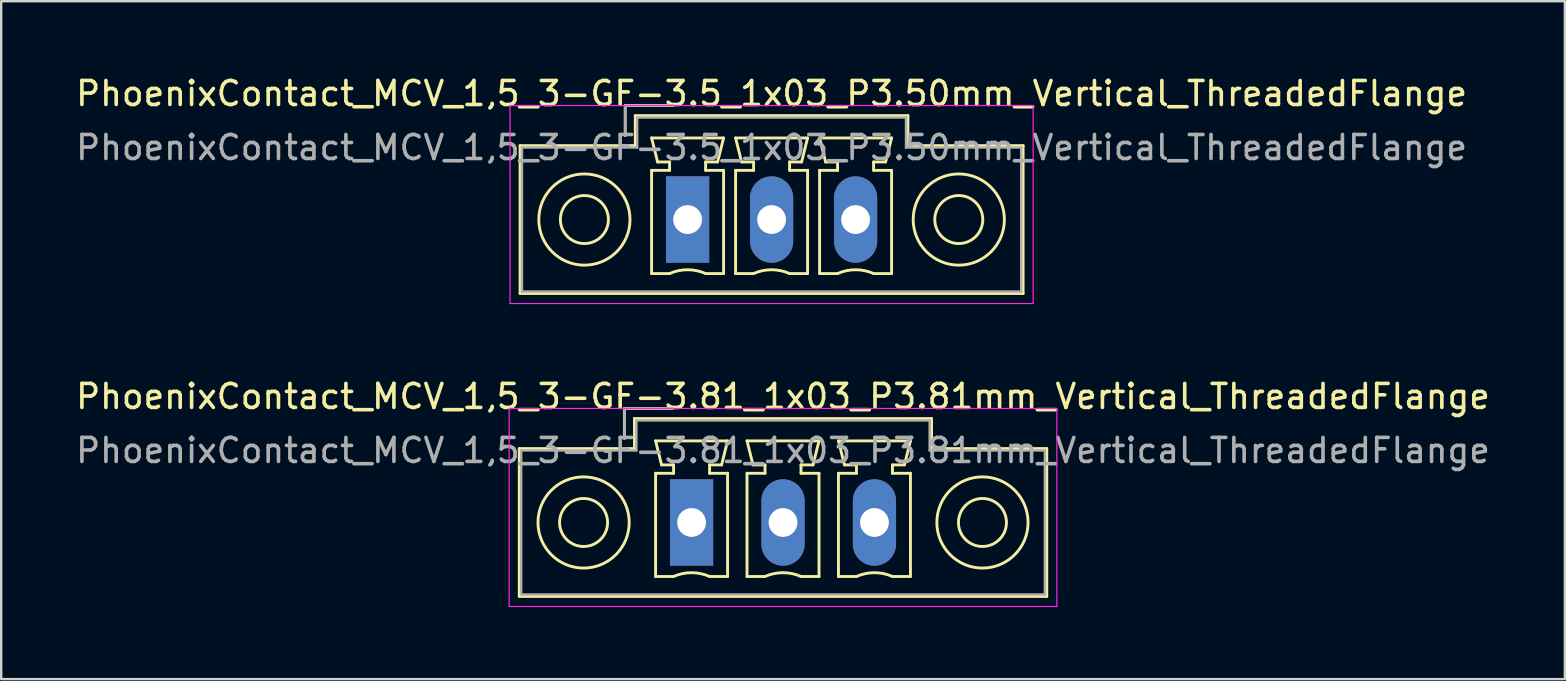
<source format=kicad_pcb>
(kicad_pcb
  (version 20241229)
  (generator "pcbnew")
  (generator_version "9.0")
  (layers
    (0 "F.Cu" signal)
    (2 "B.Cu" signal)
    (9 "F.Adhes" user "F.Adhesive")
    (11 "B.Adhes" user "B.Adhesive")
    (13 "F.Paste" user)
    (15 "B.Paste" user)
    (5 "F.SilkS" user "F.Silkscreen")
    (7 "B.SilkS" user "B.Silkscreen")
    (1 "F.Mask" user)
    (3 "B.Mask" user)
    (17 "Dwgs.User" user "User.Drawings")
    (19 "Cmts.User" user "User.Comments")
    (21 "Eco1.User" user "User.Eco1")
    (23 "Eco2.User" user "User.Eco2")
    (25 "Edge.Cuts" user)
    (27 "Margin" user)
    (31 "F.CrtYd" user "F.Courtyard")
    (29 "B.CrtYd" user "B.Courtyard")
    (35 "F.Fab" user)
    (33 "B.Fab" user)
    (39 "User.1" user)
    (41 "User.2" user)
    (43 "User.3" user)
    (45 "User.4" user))
  (footprint "PhoenixContact_MCV_1,5_3-GF-3.81_1x03_P3.81mm_Vertical_ThreadedFlange"
    (layer "F.Cu")
    (at 25.767 18.721)
    (property "Reference" "PhoenixContact_MCV_1,5_3-GF-3.81_1x03_P3.81mm_Vertical_ThreadedFlange" (at 3.81 -5.25 0) (layer "F.SilkS") (effects (font (size 1 1) (thickness 0.15))))
    (attr through_hole)
    (fp_line (start -7.18 -3.08) (end -7.18 3.08) (stroke (width 0.12) (type solid)) (layer "F.SilkS"))
    (fp_line (start -7.18 3.08) (end 14.8 3.08) (stroke (width 0.12) (type solid)) (layer "F.SilkS"))
    (fp_line (start -2.8 -4.75) (end -0.8 -4.75) (stroke (width 0.12) (type solid)) (layer "F.SilkS"))
    (fp_line (start -2.8 -3.5) (end -2.8 -4.75) (stroke (width 0.12) (type solid)) (layer "F.SilkS"))
    (fp_line (start -2.38 -4.33) (end -2.38 -3.08) (stroke (width 0.12) (type solid)) (layer "F.SilkS"))
    (fp_line (start -2.38 -3.08) (end -7.18 -3.08) (stroke (width 0.12) (type solid)) (layer "F.SilkS"))
    (fp_line (start -1.5 -3.4) (end 1.5 -3.4) (stroke (width 0.12) (type solid)) (layer "F.SilkS"))
    (fp_line (start -1.5 -2.05) (end -0.75 -2.05) (stroke (width 0.12) (type solid)) (layer "F.SilkS"))
    (fp_line (start -1.5 2.25) (end -1.5 -2.05) (stroke (width 0.12) (type solid)) (layer "F.SilkS"))
    (fp_line (start -1.25 -2.4) (end -1.5 -3.4) (stroke (width 0.12) (type solid)) (layer "F.SilkS"))
    (fp_line (start -0.75 -2.4) (end -1.25 -2.4) (stroke (width 0.12) (type solid)) (layer "F.SilkS"))
    (fp_line (start -0.75 -2.05) (end -0.75 -2.4) (stroke (width 0.12) (type solid)) (layer "F.SilkS"))
    (fp_line (start -0.75 2.25) (end -1.5 2.25) (stroke (width 0.12) (type solid)) (layer "F.SilkS"))
    (fp_line (start 0.75 -2.4) (end 0.75 -2.05) (stroke (width 0.12) (type solid)) (layer "F.SilkS"))
    (fp_line (start 0.75 -2.05) (end 1.5 -2.05) (stroke (width 0.12) (type solid)) (layer "F.SilkS"))
    (fp_line (start 1.25 -2.4) (end 0.75 -2.4) (stroke (width 0.12) (type solid)) (layer "F.SilkS"))
    (fp_line (start 1.5 -3.4) (end 1.25 -2.4) (stroke (width 0.12) (type solid)) (layer "F.SilkS"))
    (fp_line (start 1.5 -2.05) (end 1.5 2.25) (stroke (width 0.12) (type solid)) (layer "F.SilkS"))
    (fp_line (start 1.5 2.25) (end 0.75 2.25) (stroke (width 0.12) (type solid)) (layer "F.SilkS"))
    (fp_line (start 2.31 -3.4) (end 5.31 -3.4) (stroke (width 0.12) (type solid)) (layer "F.SilkS"))
    (fp_line (start 2.31 -2.05) (end 3.06 -2.05) (stroke (width 0.12) (type solid)) (layer "F.SilkS"))
    (fp_line (start 2.31 2.25) (end 2.31 -2.05) (stroke (width 0.12) (type solid)) (layer "F.SilkS"))
    (fp_line (start 2.56 -2.4) (end 2.31 -3.4) (stroke (width 0.12) (type solid)) (layer "F.SilkS"))
    (fp_line (start 3.06 -2.4) (end 2.56 -2.4) (stroke (width 0.12) (type solid)) (layer "F.SilkS"))
    (fp_line (start 3.06 -2.05) (end 3.06 -2.4) (stroke (width 0.12) (type solid)) (layer "F.SilkS"))
    (fp_line (start 3.06 2.25) (end 2.31 2.25) (stroke (width 0.12) (type solid)) (layer "F.SilkS"))
    (fp_line (start 4.56 -2.4) (end 4.56 -2.05) (stroke (width 0.12) (type solid)) (layer "F.SilkS"))
    (fp_line (start 4.56 -2.05) (end 5.31 -2.05) (stroke (width 0.12) (type solid)) (layer "F.SilkS"))
    (fp_line (start 5.06 -2.4) (end 4.56 -2.4) (stroke (width 0.12) (type solid)) (layer "F.SilkS"))
    (fp_line (start 5.31 -3.4) (end 5.06 -2.4) (stroke (width 0.12) (type solid)) (layer "F.SilkS"))
    (fp_line (start 5.31 -2.05) (end 5.31 2.25) (stroke (width 0.12) (type solid)) (layer "F.SilkS"))
    (fp_line (start 5.31 2.25) (end 4.56 2.25) (stroke (width 0.12) (type solid)) (layer "F.SilkS"))
    (fp_line (start 6.12 -3.4) (end 9.12 -3.4) (stroke (width 0.12) (type solid)) (layer "F.SilkS"))
    (fp_line (start 6.12 -2.05) (end 6.87 -2.05) (stroke (width 0.12) (type solid)) (layer "F.SilkS"))
    (fp_line (start 6.12 2.25) (end 6.12 -2.05) (stroke (width 0.12) (type solid)) (layer "F.SilkS"))
    (fp_line (start 6.37 -2.4) (end 6.12 -3.4) (stroke (width 0.12) (type solid)) (layer "F.SilkS"))
    (fp_line (start 6.87 -2.4) (end 6.37 -2.4) (stroke (width 0.12) (type solid)) (layer "F.SilkS"))
    (fp_line (start 6.87 -2.05) (end 6.87 -2.4) (stroke (width 0.12) (type solid)) (layer "F.SilkS"))
    (fp_line (start 6.87 2.25) (end 6.12 2.25) (stroke (width 0.12) (type solid)) (layer "F.SilkS"))
    (fp_line (start 8.37 -2.4) (end 8.37 -2.05) (stroke (width 0.12) (type solid)) (layer "F.SilkS"))
    (fp_line (start 8.37 -2.05) (end 9.12 -2.05) (stroke (width 0.12) (type solid)) (layer "F.SilkS"))
    (fp_line (start 8.87 -2.4) (end 8.37 -2.4) (stroke (width 0.12) (type solid)) (layer "F.SilkS"))
    (fp_line (start 9.12 -3.4) (end 8.87 -2.4) (stroke (width 0.12) (type solid)) (layer "F.SilkS"))
    (fp_line (start 9.12 -2.05) (end 9.12 2.25) (stroke (width 0.12) (type solid)) (layer "F.SilkS"))
    (fp_line (start 9.12 2.25) (end 8.37 2.25) (stroke (width 0.12) (type solid)) (layer "F.SilkS"))
    (fp_line (start 10 -4.33) (end -2.38 -4.33) (stroke (width 0.12) (type solid)) (layer "F.SilkS"))
    (fp_line (start 10 -3.08) (end 10 -4.33) (stroke (width 0.12) (type solid)) (layer "F.SilkS"))
    (fp_line (start 14.8 -3.08) (end 10 -3.08) (stroke (width 0.12) (type solid)) (layer "F.SilkS"))
    (fp_line (start 14.8 3.08) (end 14.8 -3.08) (stroke (width 0.12) (type solid)) (layer "F.SilkS"))
    (fp_arc (start -0.75 2.25) (mid -0.000193 2.09191) (end 0.749647 2.249844) (stroke (width 0.12) (type solid)) (layer "F.SilkS"))
    (fp_arc (start 3.06 2.25) (mid 3.809807 2.09191) (end 4.559647 2.249844) (stroke (width 0.12) (type solid)) (layer "F.SilkS"))
    (fp_arc (start 6.87 2.25) (mid 7.619807 2.09191) (end 8.369647 2.249844) (stroke (width 0.12) (type solid)) (layer "F.SilkS"))
    (fp_circle (center -4.5 0) (end -3.5 0) (stroke (width 0.12) (type solid)) (fill no) (layer "F.SilkS"))
    (fp_circle (center -4.5 0) (end -2.6 0) (stroke (width 0.12) (type solid)) (fill no) (layer "F.SilkS"))
    (fp_circle (center 12.12 0) (end 13.12 0) (stroke (width 0.12) (type solid)) (fill no) (layer "F.SilkS"))
    (fp_circle (center 12.12 0) (end 14.02 0) (stroke (width 0.12) (type solid)) (fill no) (layer "F.SilkS"))
    (fp_line (start -7.6 -4.75) (end -7.6 3.5) (stroke (width 0.05) (type solid)) (layer "F.CrtYd"))
    (fp_line (start -7.6 3.5) (end 15.22 3.5) (stroke (width 0.05) (type solid)) (layer "F.CrtYd"))
    (fp_line (start 15.22 -4.75) (end -7.6 -4.75) (stroke (width 0.05) (type solid)) (layer "F.CrtYd"))
    (fp_line (start 15.22 3.5) (end 15.22 -4.75) (stroke (width 0.05) (type solid)) (layer "F.CrtYd"))
    (fp_line (start -7.1 -3) (end -7.1 3) (stroke (width 0.1) (type solid)) (layer "F.Fab"))
    (fp_line (start -7.1 3) (end 14.72 3) (stroke (width 0.1) (type solid)) (layer "F.Fab"))
    (fp_line (start -2.8 -4.75) (end -0.8 -4.75) (stroke (width 0.1) (type solid)) (layer "F.Fab"))
    (fp_line (start -2.8 -3.5) (end -2.8 -4.75) (stroke (width 0.1) (type solid)) (layer "F.Fab"))
    (fp_line (start -2.3 -4.25) (end -2.3 -3) (stroke (width 0.1) (type solid)) (layer "F.Fab"))
    (fp_line (start -2.3 -3) (end -7.1 -3) (stroke (width 0.1) (type solid)) (layer "F.Fab"))
    (fp_line (start 9.92 -4.25) (end -2.3 -4.25) (stroke (width 0.1) (type solid)) (layer "F.Fab"))
    (fp_line (start 9.92 -3) (end 9.92 -4.25) (stroke (width 0.1) (type solid)) (layer "F.Fab"))
    (fp_line (start 14.72 -3) (end 9.92 -3) (stroke (width 0.1) (type solid)) (layer "F.Fab"))
    (fp_line (start 14.72 3) (end 14.72 -3) (stroke (width 0.1) (type solid)) (layer "F.Fab"))
    (fp_text user "${REFERENCE}" (at 3.81 -3 0) (layer "F.Fab") (effects (font (size 1 1) (thickness 0.15))))
    (pad "1" thru_hole rect (at 0 0) (size 1.8 3.6) (drill 1.2) (layers "*.Cu" "*.Mask"))
    (pad "2" thru_hole oval (at 3.81 0) (size 1.8 3.6) (drill 1.2) (layers "*.Cu" "*.Mask"))
    (pad "3" thru_hole oval (at 7.62 0) (size 1.8 3.6) (drill 1.2) (layers "*.Cu" "*.Mask")))
  (footprint "PhoenixContact_MCV_1,5_3-GF-3.5_1x03_P3.50mm_Vertical_ThreadedFlange"
    (layer "F.Cu")
    (at 25.601 6.098)
    (property "Reference" "PhoenixContact_MCV_1,5_3-GF-3.5_1x03_P3.50mm_Vertical_ThreadedFlange" (at 3.5 -5.25 0) (layer "F.SilkS") (effects (font (size 1 1) (thickness 0.15))))
    (attr through_hole)
    (fp_line (start -6.98 -3.08) (end -6.98 3.08) (stroke (width 0.12) (type solid)) (layer "F.SilkS"))
    (fp_line (start -6.98 3.08) (end 13.98 3.08) (stroke (width 0.12) (type solid)) (layer "F.SilkS"))
    (fp_line (start -2.6 -4.75) (end -0.6 -4.75) (stroke (width 0.12) (type solid)) (layer "F.SilkS"))
    (fp_line (start -2.6 -3.5) (end -2.6 -4.75) (stroke (width 0.12) (type solid)) (layer "F.SilkS"))
    (fp_line (start -2.18 -4.33) (end -2.18 -3.08) (stroke (width 0.12) (type solid)) (layer "F.SilkS"))
    (fp_line (start -2.18 -3.08) (end -6.98 -3.08) (stroke (width 0.12) (type solid)) (layer "F.SilkS"))
    (fp_line (start -1.5 -3.4) (end 1.5 -3.4) (stroke (width 0.12) (type solid)) (layer "F.SilkS"))
    (fp_line (start -1.5 -2.05) (end -0.75 -2.05) (stroke (width 0.12) (type solid)) (layer "F.SilkS"))
    (fp_line (start -1.5 2.25) (end -1.5 -2.05) (stroke (width 0.12) (type solid)) (layer "F.SilkS"))
    (fp_line (start -1.25 -2.4) (end -1.5 -3.4) (stroke (width 0.12) (type solid)) (layer "F.SilkS"))
    (fp_line (start -0.75 -2.4) (end -1.25 -2.4) (stroke (width 0.12) (type solid)) (layer "F.SilkS"))
    (fp_line (start -0.75 -2.05) (end -0.75 -2.4) (stroke (width 0.12) (type solid)) (layer "F.SilkS"))
    (fp_line (start -0.75 2.25) (end -1.5 2.25) (stroke (width 0.12) (type solid)) (layer "F.SilkS"))
    (fp_line (start 0.75 -2.4) (end 0.75 -2.05) (stroke (width 0.12) (type solid)) (layer "F.SilkS"))
    (fp_line (start 0.75 -2.05) (end 1.5 -2.05) (stroke (width 0.12) (type solid)) (layer "F.SilkS"))
    (fp_line (start 1.25 -2.4) (end 0.75 -2.4) (stroke (width 0.12) (type solid)) (layer "F.SilkS"))
    (fp_line (start 1.5 -3.4) (end 1.25 -2.4) (stroke (width 0.12) (type solid)) (layer "F.SilkS"))
    (fp_line (start 1.5 -2.05) (end 1.5 2.25) (stroke (width 0.12) (type solid)) (layer "F.SilkS"))
    (fp_line (start 1.5 2.25) (end 0.75 2.25) (stroke (width 0.12) (type solid)) (layer "F.SilkS"))
    (fp_line (start 2 -3.4) (end 5 -3.4) (stroke (width 0.12) (type solid)) (layer "F.SilkS"))
    (fp_line (start 2 -2.05) (end 2.75 -2.05) (stroke (width 0.12) (type solid)) (layer "F.SilkS"))
    (fp_line (start 2 2.25) (end 2 -2.05) (stroke (width 0.12) (type solid)) (layer "F.SilkS"))
    (fp_line (start 2.25 -2.4) (end 2 -3.4) (stroke (width 0.12) (type solid)) (layer "F.SilkS"))
    (fp_line (start 2.75 -2.4) (end 2.25 -2.4) (stroke (width 0.12) (type solid)) (layer "F.SilkS"))
    (fp_line (start 2.75 -2.05) (end 2.75 -2.4) (stroke (width 0.12) (type solid)) (layer "F.SilkS"))
    (fp_line (start 2.75 2.25) (end 2 2.25) (stroke (width 0.12) (type solid)) (layer "F.SilkS"))
    (fp_line (start 4.25 -2.4) (end 4.25 -2.05) (stroke (width 0.12) (type solid)) (layer "F.SilkS"))
    (fp_line (start 4.25 -2.05) (end 5 -2.05) (stroke (width 0.12) (type solid)) (layer "F.SilkS"))
    (fp_line (start 4.75 -2.4) (end 4.25 -2.4) (stroke (width 0.12) (type solid)) (layer "F.SilkS"))
    (fp_line (start 5 -3.4) (end 4.75 -2.4) (stroke (width 0.12) (type solid)) (layer "F.SilkS"))
    (fp_line (start 5 -2.05) (end 5 2.25) (stroke (width 0.12) (type solid)) (layer "F.SilkS"))
    (fp_line (start 5 2.25) (end 4.25 2.25) (stroke (width 0.12) (type solid)) (layer "F.SilkS"))
    (fp_line (start 5.5 -3.4) (end 8.5 -3.4) (stroke (width 0.12) (type solid)) (layer "F.SilkS"))
    (fp_line (start 5.5 -2.05) (end 6.25 -2.05) (stroke (width 0.12) (type solid)) (layer "F.SilkS"))
    (fp_line (start 5.5 2.25) (end 5.5 -2.05) (stroke (width 0.12) (type solid)) (layer "F.SilkS"))
    (fp_line (start 5.75 -2.4) (end 5.5 -3.4) (stroke (width 0.12) (type solid)) (layer "F.SilkS"))
    (fp_line (start 6.25 -2.4) (end 5.75 -2.4) (stroke (width 0.12) (type solid)) (layer "F.SilkS"))
    (fp_line (start 6.25 -2.05) (end 6.25 -2.4) (stroke (width 0.12) (type solid)) (layer "F.SilkS"))
    (fp_line (start 6.25 2.25) (end 5.5 2.25) (stroke (width 0.12) (type solid)) (layer "F.SilkS"))
    (fp_line (start 7.75 -2.4) (end 7.75 -2.05) (stroke (width 0.12) (type solid)) (layer "F.SilkS"))
    (fp_line (start 7.75 -2.05) (end 8.5 -2.05) (stroke (width 0.12) (type solid)) (layer "F.SilkS"))
    (fp_line (start 8.25 -2.4) (end 7.75 -2.4) (stroke (width 0.12) (type solid)) (layer "F.SilkS"))
    (fp_line (start 8.5 -3.4) (end 8.25 -2.4) (stroke (width 0.12) (type solid)) (layer "F.SilkS"))
    (fp_line (start 8.5 -2.05) (end 8.5 2.25) (stroke (width 0.12) (type solid)) (layer "F.SilkS"))
    (fp_line (start 8.5 2.25) (end 7.75 2.25) (stroke (width 0.12) (type solid)) (layer "F.SilkS"))
    (fp_line (start 9.18 -4.33) (end -2.18 -4.33) (stroke (width 0.12) (type solid)) (layer "F.SilkS"))
    (fp_line (start 9.18 -3.08) (end 9.18 -4.33) (stroke (width 0.12) (type solid)) (layer "F.SilkS"))
    (fp_line (start 13.98 -3.08) (end 9.18 -3.08) (stroke (width 0.12) (type solid)) (layer "F.SilkS"))
    (fp_line (start 13.98 3.08) (end 13.98 -3.08) (stroke (width 0.12) (type solid)) (layer "F.SilkS"))
    (fp_arc (start -0.75 2.25) (mid -0.000193 2.09191) (end 0.749647 2.249844) (stroke (width 0.12) (type solid)) (layer "F.SilkS"))
    (fp_arc (start 2.75 2.25) (mid 3.499807 2.09191) (end 4.249647 2.249844) (stroke (width 0.12) (type solid)) (layer "F.SilkS"))
    (fp_arc (start 6.25 2.25) (mid 6.999807 2.09191) (end 7.749647 2.249844) (stroke (width 0.12) (type solid)) (layer "F.SilkS"))
    (fp_circle (center -4.3 0) (end -3.3 0) (stroke (width 0.12) (type solid)) (fill no) (layer "F.SilkS"))
    (fp_circle (center -4.3 0) (end -2.4 0) (stroke (width 0.12) (type solid)) (fill no) (layer "F.SilkS"))
    (fp_circle (center 11.3 0) (end 12.3 0) (stroke (width 0.12) (type solid)) (fill no) (layer "F.SilkS"))
    (fp_circle (center 11.3 0) (end 13.2 0) (stroke (width 0.12) (type solid)) (fill no) (layer "F.SilkS"))
    (fp_line (start -7.4 -4.75) (end -7.4 3.5) (stroke (width 0.05) (type solid)) (layer "F.CrtYd"))
    (fp_line (start -7.4 3.5) (end 14.4 3.5) (stroke (width 0.05) (type solid)) (layer "F.CrtYd"))
    (fp_line (start 14.4 -4.75) (end -7.4 -4.75) (stroke (width 0.05) (type solid)) (layer "F.CrtYd"))
    (fp_line (start 14.4 3.5) (end 14.4 -4.75) (stroke (width 0.05) (type solid)) (layer "F.CrtYd"))
    (fp_line (start -6.9 -3) (end -6.9 3) (stroke (width 0.1) (type solid)) (layer "F.Fab"))
    (fp_line (start -6.9 3) (end 13.9 3) (stroke (width 0.1) (type solid)) (layer "F.Fab"))
    (fp_line (start -2.6 -4.75) (end -0.6 -4.75) (stroke (width 0.1) (type solid)) (layer "F.Fab"))
    (fp_line (start -2.6 -3.5) (end -2.6 -4.75) (stroke (width 0.1) (type solid)) (layer "F.Fab"))
    (fp_line (start -2.1 -4.25) (end -2.1 -3) (stroke (width 0.1) (type solid)) (layer "F.Fab"))
    (fp_line (start -2.1 -3) (end -6.9 -3) (stroke (width 0.1) (type solid)) (layer "F.Fab"))
    (fp_line (start 9.1 -4.25) (end -2.1 -4.25) (stroke (width 0.1) (type solid)) (layer "F.Fab"))
    (fp_line (start 9.1 -3) (end 9.1 -4.25) (stroke (width 0.1) (type solid)) (layer "F.Fab"))
    (fp_line (start 13.9 -3) (end 9.1 -3) (stroke (width 0.1) (type solid)) (layer "F.Fab"))
    (fp_line (start 13.9 3) (end 13.9 -3) (stroke (width 0.1) (type solid)) (layer "F.Fab"))
    (fp_text user "${REFERENCE}" (at 3.5 -3 0) (layer "F.Fab") (effects (font (size 1 1) (thickness 0.15))))
    (pad "1" thru_hole rect (at 0 0) (size 1.8 3.6) (drill 1.2) (layers "*.Cu" "*.Mask"))
    (pad "2" thru_hole oval (at 3.5 0) (size 1.8 3.6) (drill 1.2) (layers "*.Cu" "*.Mask"))
    (pad "3" thru_hole oval (at 7 0) (size 1.8 3.6) (drill 1.2) (layers "*.Cu" "*.Mask")))
  (gr_rect
    (start -3 -3)
    (end 62.155 25.247)
    (stroke (width 0.1) (type default))
    (fill no)
    (layer "Edge.Cuts")))
</source>
